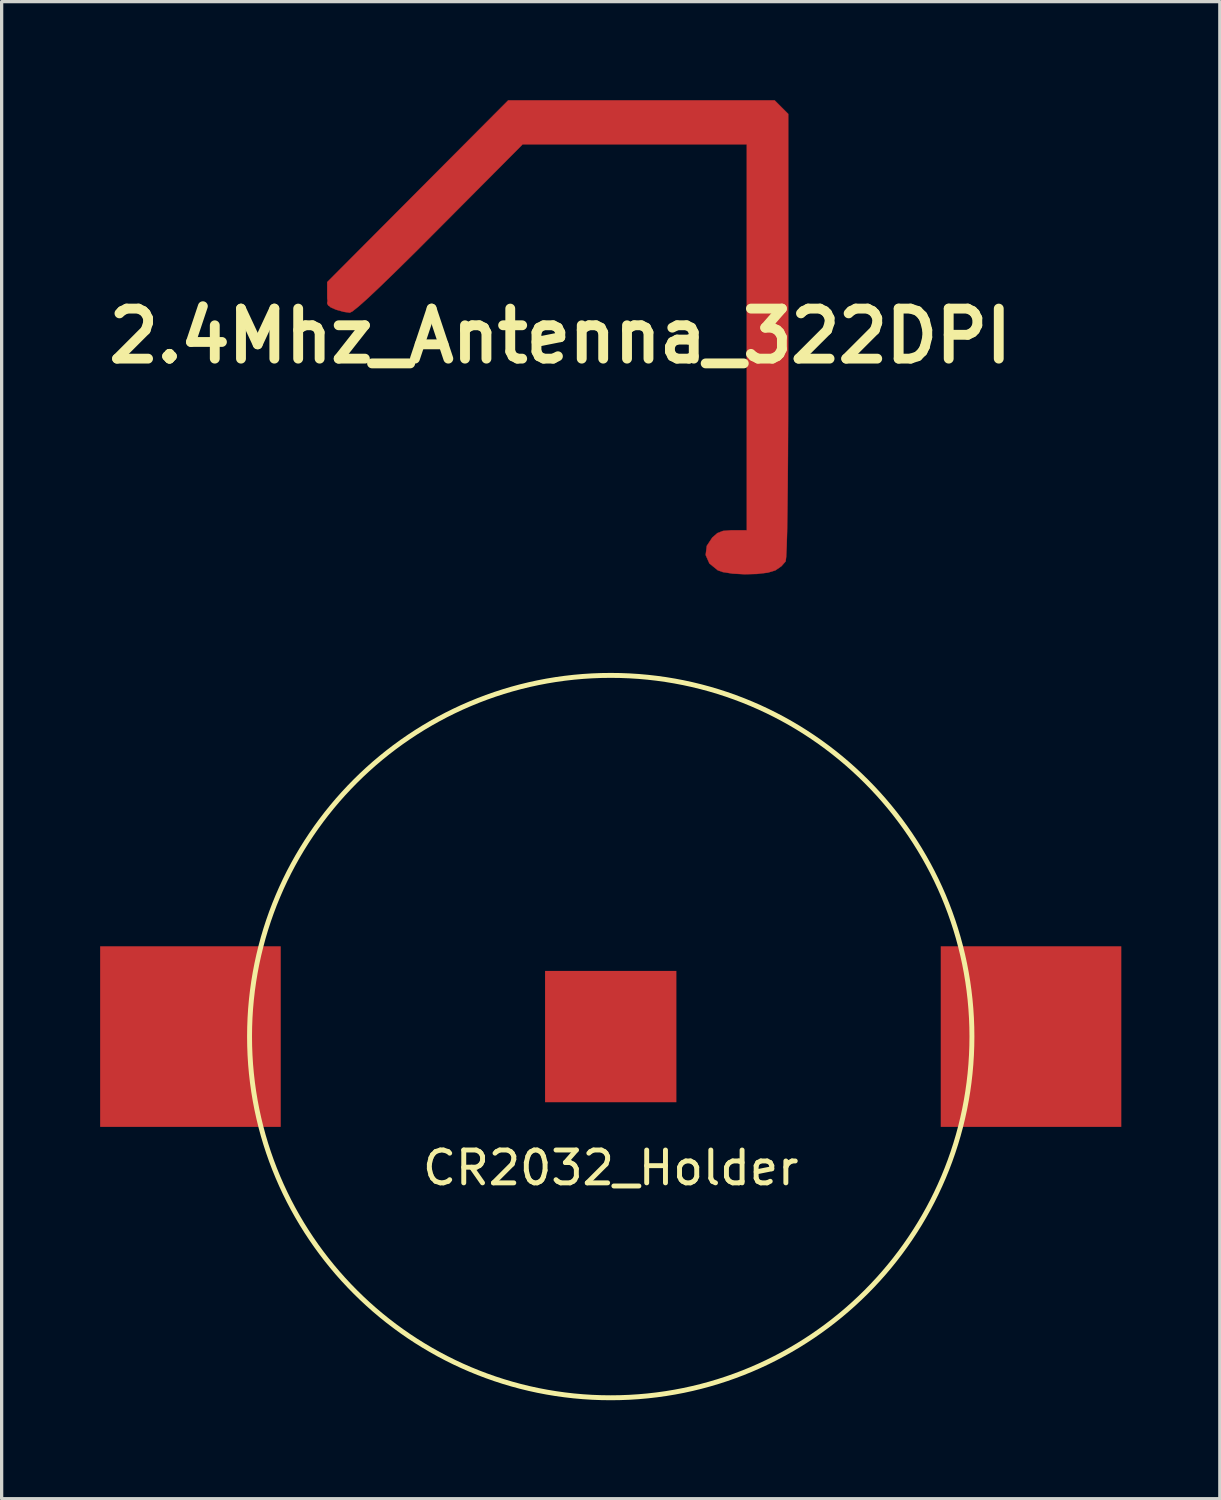
<source format=kicad_pcb>
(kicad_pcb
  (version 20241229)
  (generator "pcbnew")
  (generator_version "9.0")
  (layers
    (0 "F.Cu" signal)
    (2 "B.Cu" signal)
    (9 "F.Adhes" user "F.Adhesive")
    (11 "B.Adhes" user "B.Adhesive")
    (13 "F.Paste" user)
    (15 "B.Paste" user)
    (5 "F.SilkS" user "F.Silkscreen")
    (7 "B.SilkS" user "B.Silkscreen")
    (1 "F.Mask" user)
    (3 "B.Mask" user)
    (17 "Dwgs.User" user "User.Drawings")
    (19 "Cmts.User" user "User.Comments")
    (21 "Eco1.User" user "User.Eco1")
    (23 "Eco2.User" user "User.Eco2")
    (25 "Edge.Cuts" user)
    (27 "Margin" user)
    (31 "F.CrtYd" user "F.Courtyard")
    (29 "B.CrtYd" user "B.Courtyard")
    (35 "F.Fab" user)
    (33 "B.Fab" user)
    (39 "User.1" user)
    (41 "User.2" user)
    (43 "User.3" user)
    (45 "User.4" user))
  (footprint "2.4Mhz_Antenna_322DPI"
    (layer "F.Cu")
    (at 14.014 7.183)
    (property "Reference" "2.4Mhz_Antenna_322DPI" (at 0 0 0) (layer "F.SilkS") (effects (font (size 1.524 1.524) (thickness 0.3))))
    (attr through_hole)
    (fp_poly (pts (xy 6.734 -6.97) (xy 6.942 -6.762) (xy 6.942 -0.023) (xy 6.941 1.36) (xy 6.938 2.59) (xy 6.933 3.666) (xy 6.926 4.588) (xy 6.917 5.354) (xy 6.907 5.965) (xy 6.894 6.42) (xy 6.88 6.717) (xy 6.864 6.858) (xy 6.86 6.867) (xy 6.734 7.011) (xy 6.549 7.138) (xy 6.32 7.207) (xy 5.992 7.246) (xy 5.618 7.256) (xy 5.253 7.237) (xy 4.948 7.189) (xy 4.794 7.134) (xy 4.54 6.926) (xy 4.427 6.67) (xy 4.461 6.392) (xy 4.629 6.137) (xy 4.785 6.002) (xy 4.956 5.936) (xy 5.206 5.916) (xy 5.26 5.916) (xy 5.68 5.916) (xy 5.68 -5.837) (xy -1.147 -5.837) (xy -3.697 -3.274) (xy -4.396 -2.573) (xy -4.99 -1.987) (xy -5.479 -1.513) (xy -5.864 -1.149) (xy -6.148 -0.896) (xy -6.331 -0.75) (xy -6.411 -0.71) (xy -6.599 -0.737) (xy -6.828 -0.801) (xy -6.837 -0.805) (xy -6.997 -0.875) (xy -7.074 -0.969) (xy -7.098 -1.141) (xy -7.099 -1.27) (xy -7.099 -1.642) (xy -4.343 -4.41) (xy -1.586 -7.178) (xy 6.526 -7.178) (xy 6.734 -6.97)) (stroke (width 0.01) (type solid)) (fill yes) (layer "F.Cu"))
    (pad "1" smd circle (at -7 -1) (size 0.2 0.2) (layers "F.Cu" "F.Mask")))
  (footprint "CR2032_Holder"
    (layer "F.Cu")
    (at 15.55 28.519)
    (property "Reference" "CR2032_Holder" (at 0 4 0) (layer "F.SilkS") (effects (font (size 1 1) (thickness 0.15))))
    (attr through_hole)
    (fp_circle (center 0 0) (end 11 0) (stroke (width 0.15) (type solid)) (fill no) (layer "F.SilkS"))
    (pad "1" smd rect (at 0 0) (size 4 4) (layers "F.Cu" "F.Mask" "F.Paste"))
    (pad "2" smd rect (at -12.8 0) (size 5.5 5.5) (layers "F.Cu" "F.Mask" "F.Paste"))
    (pad "2" smd rect (at 12.8 0) (size 5.5 5.5) (layers "F.Cu" "F.Mask" "F.Paste")))
  (gr_rect
    (start -3 -3)
    (end 34.1 42.594)
    (stroke (width 0.1) (type default))
    (fill no)
    (layer "Edge.Cuts")))
</source>
